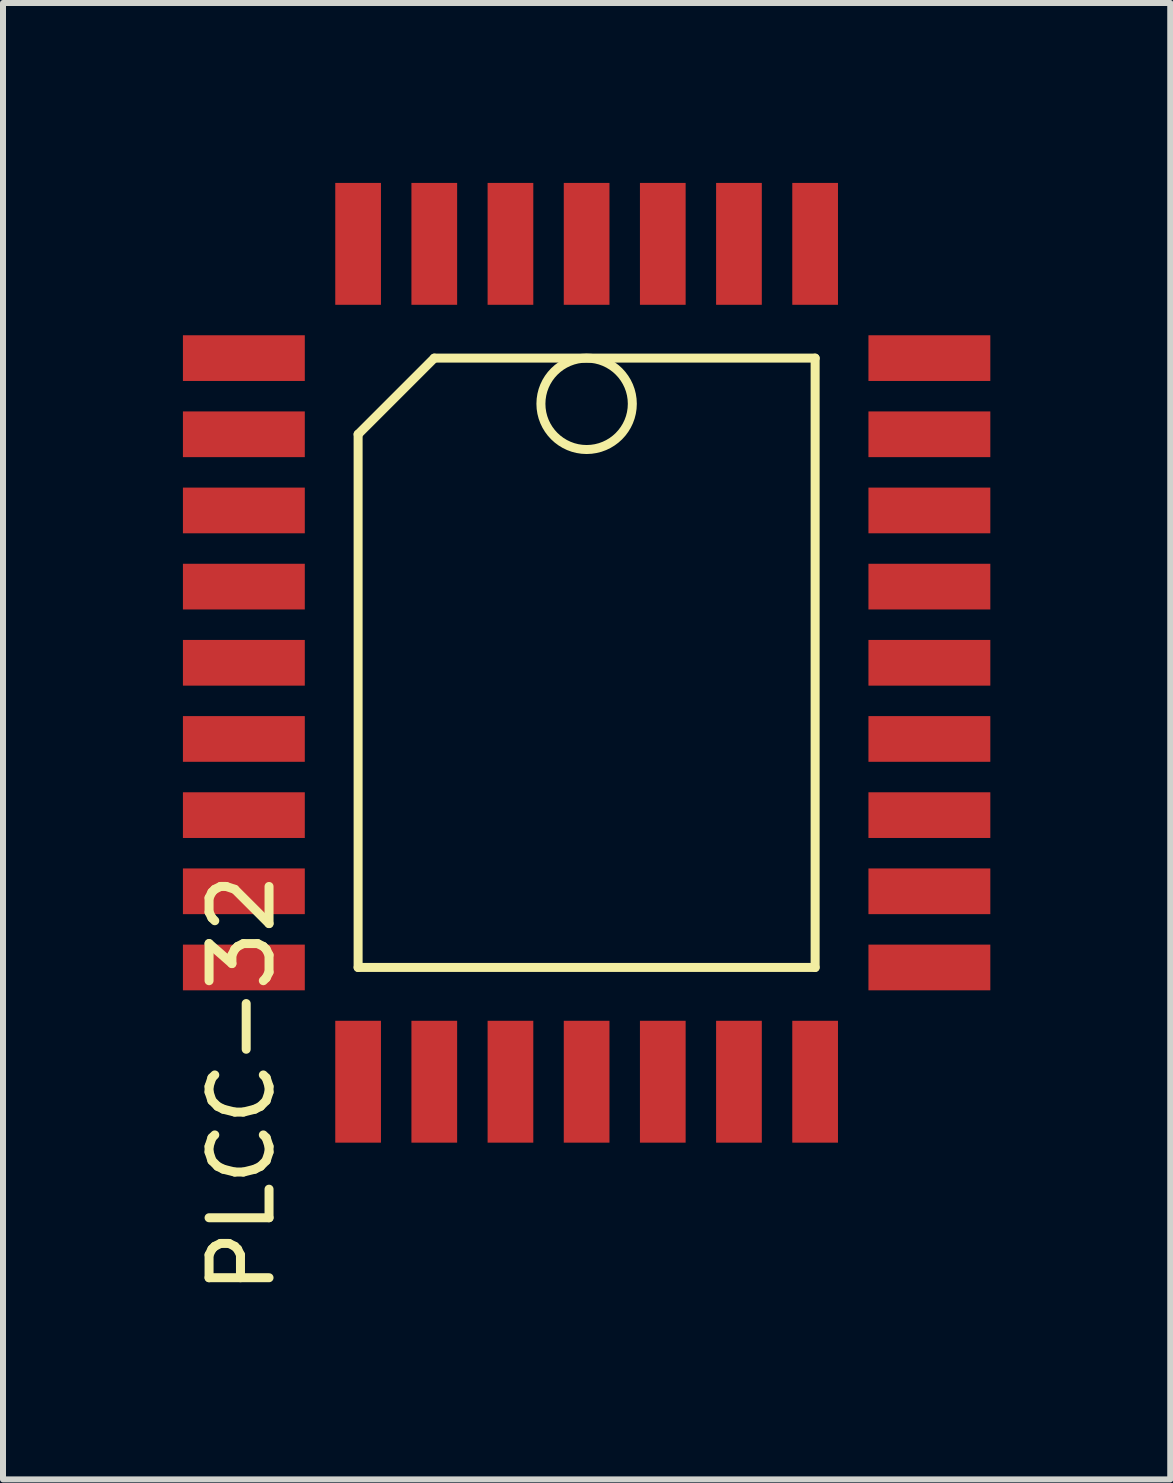
<source format=kicad_pcb>
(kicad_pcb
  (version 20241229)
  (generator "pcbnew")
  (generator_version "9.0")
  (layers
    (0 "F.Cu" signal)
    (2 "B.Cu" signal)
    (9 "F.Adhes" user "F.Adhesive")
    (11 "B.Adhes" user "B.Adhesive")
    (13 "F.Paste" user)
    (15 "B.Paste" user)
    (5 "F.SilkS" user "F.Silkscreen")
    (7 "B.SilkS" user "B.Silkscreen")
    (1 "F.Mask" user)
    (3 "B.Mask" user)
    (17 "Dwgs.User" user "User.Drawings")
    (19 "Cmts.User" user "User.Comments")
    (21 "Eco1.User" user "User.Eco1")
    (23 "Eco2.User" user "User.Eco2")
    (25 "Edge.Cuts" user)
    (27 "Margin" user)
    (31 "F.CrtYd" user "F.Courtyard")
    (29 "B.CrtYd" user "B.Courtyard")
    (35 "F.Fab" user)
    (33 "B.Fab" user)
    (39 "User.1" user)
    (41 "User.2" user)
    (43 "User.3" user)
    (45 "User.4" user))
  (footprint "PLCC-32"
    (layer "F.Cu")
    (at 6.731 8.001)
    (property "Reference" "PLCC-32" (at -5.75 7.015 90) (layer "F.SilkS") (effects (font (size 1 1) (thickness 0.15))))
    (attr smd)
    (fp_line (start -3.81 -3.81) (end -3.81 5.08) (stroke (width 0.15) (type solid)) (layer "F.SilkS"))
    (fp_line (start -3.81 5.08) (end 3.81 5.08) (stroke (width 0.15) (type solid)) (layer "F.SilkS"))
    (fp_line (start -2.54 -5.08) (end -3.81 -3.81) (stroke (width 0.15) (type solid)) (layer "F.SilkS"))
    (fp_line (start 3.81 -5.08) (end -2.54 -5.08) (stroke (width 0.15) (type solid)) (layer "F.SilkS"))
    (fp_line (start 3.81 5.08) (end 3.81 -5.08) (stroke (width 0.15) (type solid)) (layer "F.SilkS"))
    (fp_circle (center 0 -4.318) (end 0 -5.08) (stroke (width 0.15) (type solid)) (fill no) (layer "F.SilkS"))
    (pad "1" smd rect (at 0 -6.985) (size 0.762 2.032) (layers "F.Cu" "F.Mask" "F.Paste"))
    (pad "2" smd rect (at -1.27 -6.985) (size 0.762 2.032) (layers "F.Cu" "F.Mask" "F.Paste"))
    (pad "3" smd rect (at -2.54 -6.985) (size 0.762 2.032) (layers "F.Cu" "F.Mask" "F.Paste"))
    (pad "4" smd rect (at -3.81 -6.985) (size 0.762 2.032) (layers "F.Cu" "F.Mask" "F.Paste"))
    (pad "5" smd rect (at -5.715 -5.08) (size 2.032 0.762) (layers "F.Cu" "F.Mask" "F.Paste"))
    (pad "6" smd rect (at -5.715 -3.81) (size 2.032 0.762) (layers "F.Cu" "F.Mask" "F.Paste"))
    (pad "7" smd rect (at -5.715 -2.54) (size 2.032 0.762) (layers "F.Cu" "F.Mask" "F.Paste"))
    (pad "8" smd rect (at -5.715 -1.27) (size 2.032 0.762) (layers "F.Cu" "F.Mask" "F.Paste"))
    (pad "9" smd rect (at -5.715 0) (size 2.032 0.762) (layers "F.Cu" "F.Mask" "F.Paste"))
    (pad "10" smd rect (at -5.715 1.27) (size 2.032 0.762) (layers "F.Cu" "F.Mask" "F.Paste"))
    (pad "11" smd rect (at -5.715 2.54) (size 2.032 0.762) (layers "F.Cu" "F.Mask" "F.Paste"))
    (pad "12" smd rect (at -5.715 3.81) (size 2.032 0.762) (layers "F.Cu" "F.Mask" "F.Paste"))
    (pad "13" smd rect (at -5.715 5.08) (size 2.032 0.762) (layers "F.Cu" "F.Mask" "F.Paste"))
    (pad "14" smd rect (at -3.81 6.985) (size 0.762 2.032) (layers "F.Cu" "F.Mask" "F.Paste"))
    (pad "15" smd rect (at -2.54 6.985) (size 0.762 2.032) (layers "F.Cu" "F.Mask" "F.Paste"))
    (pad "16" smd rect (at -1.27 6.985) (size 0.762 2.032) (layers "F.Cu" "F.Mask" "F.Paste"))
    (pad "17" smd rect (at 0 6.985) (size 0.762 2.032) (layers "F.Cu" "F.Mask" "F.Paste"))
    (pad "18" smd rect (at 1.27 6.985) (size 0.762 2.032) (layers "F.Cu" "F.Mask" "F.Paste"))
    (pad "19" smd rect (at 2.54 6.985) (size 0.762 2.032) (layers "F.Cu" "F.Mask" "F.Paste"))
    (pad "20" smd rect (at 3.81 6.985) (size 0.762 2.032) (layers "F.Cu" "F.Mask" "F.Paste"))
    (pad "21" smd rect (at 5.715 5.08) (size 2.032 0.762) (layers "F.Cu" "F.Mask" "F.Paste"))
    (pad "22" smd rect (at 5.715 3.81) (size 2.032 0.762) (layers "F.Cu" "F.Mask" "F.Paste"))
    (pad "23" smd rect (at 5.715 2.54) (size 2.032 0.762) (layers "F.Cu" "F.Mask" "F.Paste"))
    (pad "24" smd rect (at 5.715 1.27) (size 2.032 0.762) (layers "F.Cu" "F.Mask" "F.Paste"))
    (pad "25" smd rect (at 5.715 0) (size 2.032 0.762) (layers "F.Cu" "F.Mask" "F.Paste"))
    (pad "26" smd rect (at 5.715 -1.27) (size 2.032 0.762) (layers "F.Cu" "F.Mask" "F.Paste"))
    (pad "27" smd rect (at 5.715 -2.54) (size 2.032 0.762) (layers "F.Cu" "F.Mask" "F.Paste"))
    (pad "28" smd rect (at 5.715 -3.81) (size 2.032 0.762) (layers "F.Cu" "F.Mask" "F.Paste"))
    (pad "29" smd rect (at 5.715 -5.08) (size 2.032 0.762) (layers "F.Cu" "F.Mask" "F.Paste"))
    (pad "30" smd rect (at 3.81 -6.985) (size 0.762 2.032) (layers "F.Cu" "F.Mask" "F.Paste"))
    (pad "31" smd rect (at 2.54 -6.985) (size 0.762 2.032) (layers "F.Cu" "F.Mask" "F.Paste"))
    (pad "32" smd rect (at 1.27 -6.985) (size 0.762 2.032) (layers "F.Cu" "F.Mask" "F.Paste")))
  (gr_rect
    (start -3 -3)
    (end 16.462 21.617)
    (stroke (width 0.1) (type default))
    (fill no)
    (layer "Edge.Cuts")))
</source>
